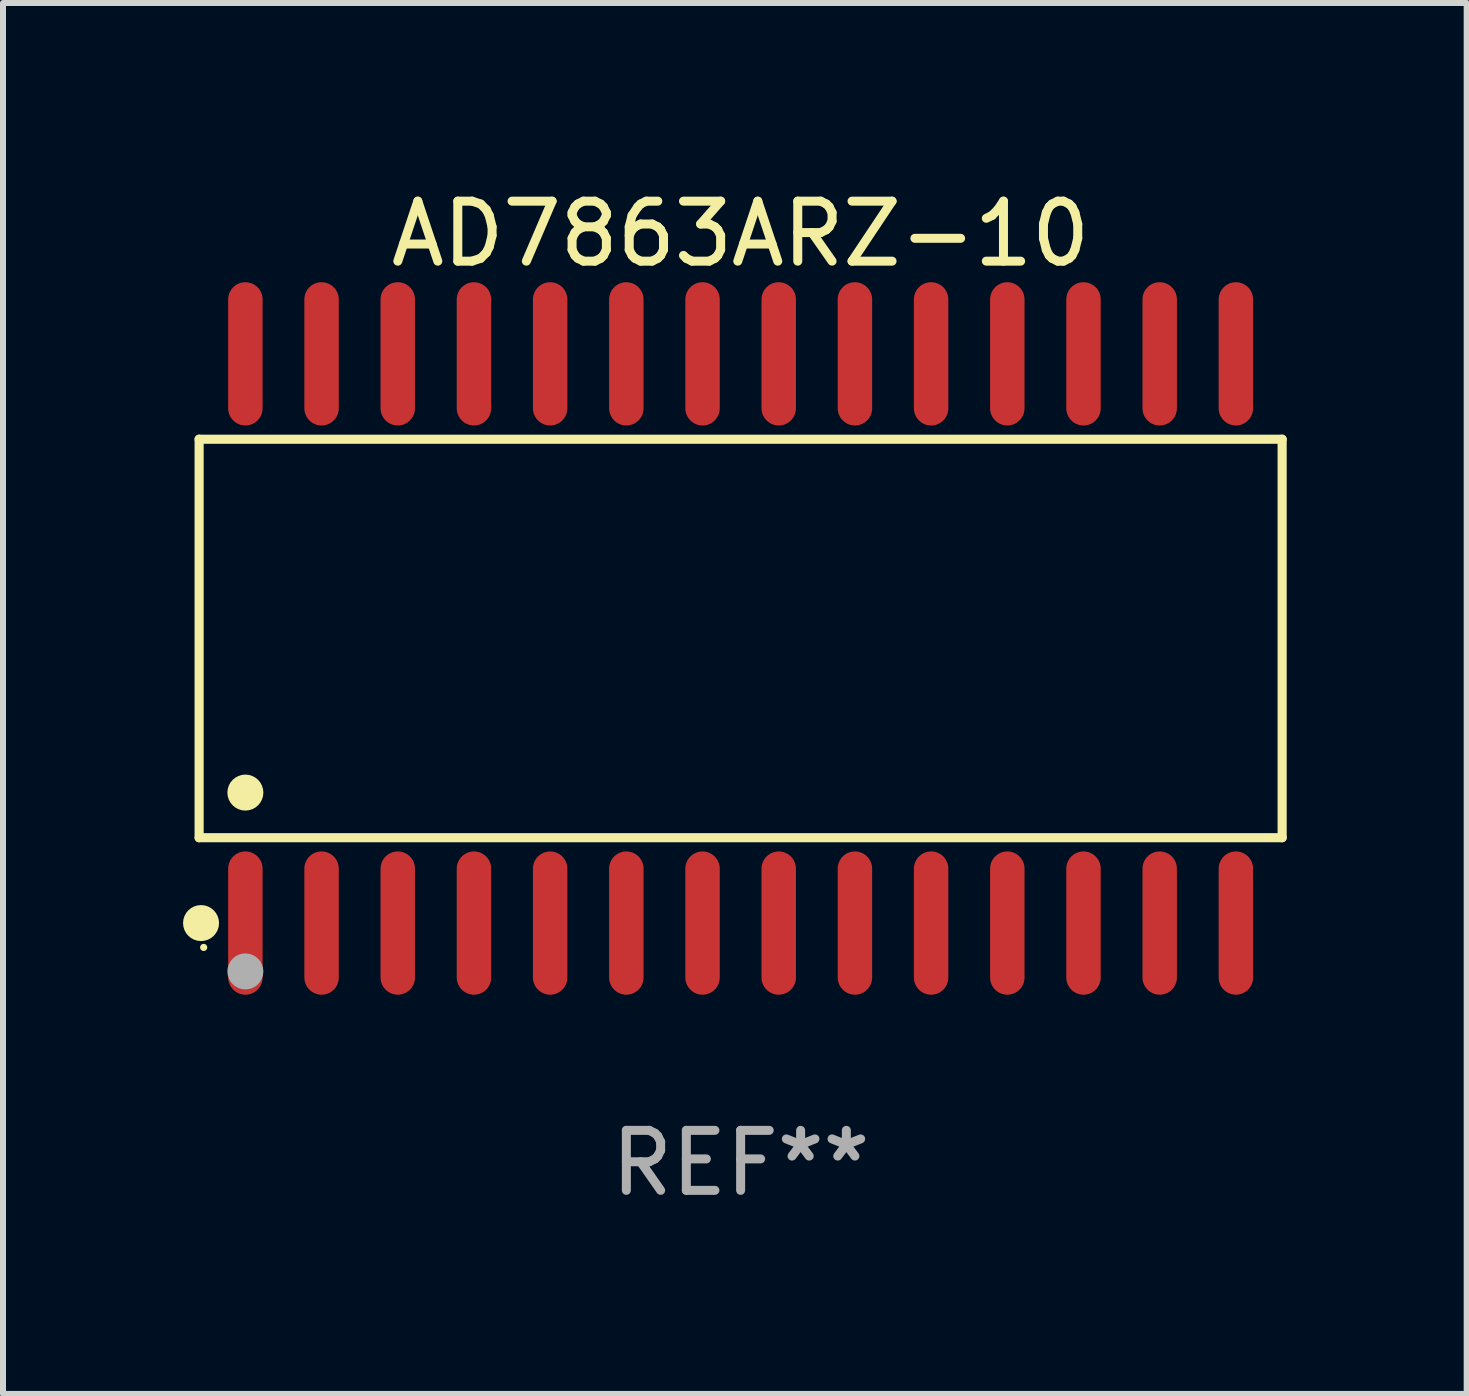
<source format=kicad_pcb>
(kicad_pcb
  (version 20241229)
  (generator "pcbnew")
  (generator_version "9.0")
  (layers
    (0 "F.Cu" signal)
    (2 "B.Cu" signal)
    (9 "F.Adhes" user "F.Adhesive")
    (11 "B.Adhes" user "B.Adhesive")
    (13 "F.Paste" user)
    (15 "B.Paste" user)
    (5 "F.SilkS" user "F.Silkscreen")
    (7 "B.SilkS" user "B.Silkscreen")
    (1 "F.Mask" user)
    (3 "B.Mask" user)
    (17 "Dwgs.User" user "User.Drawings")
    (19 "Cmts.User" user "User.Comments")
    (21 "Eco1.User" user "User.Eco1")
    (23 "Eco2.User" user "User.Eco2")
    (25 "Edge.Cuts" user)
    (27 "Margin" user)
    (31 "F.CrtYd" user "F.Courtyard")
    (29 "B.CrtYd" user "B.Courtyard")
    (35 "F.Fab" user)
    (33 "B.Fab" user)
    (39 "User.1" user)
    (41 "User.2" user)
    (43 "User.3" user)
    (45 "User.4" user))
  (footprint "AD7863ARZ-10"
    (layer "F.Cu")
    (at 9.295 7.592)
    (property "Reference" "AD7863ARZ-10" (at 0 -6.744 0) (layer "F.SilkS") (effects (font (size 1 1) (thickness 0.15))))
    (attr through_hole)
    (fp_line (start -9.026 -3.321) (end 9.026 -3.321) (stroke (width 0.152) (type solid)) (layer "F.SilkS"))
    (fp_line (start -9.026 3.321) (end -9.026 -3.321) (stroke (width 0.152) (type solid)) (layer "F.SilkS"))
    (fp_line (start 9.026 -3.321) (end 9.026 3.321) (stroke (width 0.152) (type solid)) (layer "F.SilkS"))
    (fp_line (start 9.026 3.321) (end -9.026 3.321) (stroke (width 0.152) (type solid)) (layer "F.SilkS"))
    (fp_circle (center -8.994 4.744) (end -8.844 4.744) (stroke (width 0.3) (type solid)) (fill no) (layer "F.SilkS"))
    (fp_circle (center -8.95 5.15) (end -8.92 5.15) (stroke (width 0.06) (type solid)) (fill no) (layer "F.SilkS"))
    (fp_circle (center -8.255 2.569) (end -8.105 2.569) (stroke (width 0.3) (type solid)) (fill no) (layer "F.SilkS"))
    (fp_circle (center -8.255 5.55) (end -8.105 5.55) (stroke (width 0.3) (type solid)) (fill no) (layer "F.Fab"))
    (fp_text user "REF**" (at 0 8.744 0) (layer "F.Fab") (effects (font (size 1 1) (thickness 0.15))))
    (pad "1" smd oval (at -8.255 4.744) (size 0.574 2.388) (layers "F.Cu" "F.Mask" "F.Paste"))
    (pad "2" smd oval (at -6.985 4.744) (size 0.574 2.388) (layers "F.Cu" "F.Mask" "F.Paste"))
    (pad "3" smd oval (at -5.715 4.744) (size 0.574 2.388) (layers "F.Cu" "F.Mask" "F.Paste"))
    (pad "4" smd oval (at -4.445 4.744) (size 0.574 2.388) (layers "F.Cu" "F.Mask" "F.Paste"))
    (pad "5" smd oval (at -3.175 4.744) (size 0.574 2.388) (layers "F.Cu" "F.Mask" "F.Paste"))
    (pad "6" smd oval (at -1.905 4.744) (size 0.574 2.388) (layers "F.Cu" "F.Mask" "F.Paste"))
    (pad "7" smd oval (at -0.635 4.744) (size 0.574 2.388) (layers "F.Cu" "F.Mask" "F.Paste"))
    (pad "8" smd oval (at 0.635 4.744) (size 0.574 2.388) (layers "F.Cu" "F.Mask" "F.Paste"))
    (pad "9" smd oval (at 1.905 4.744) (size 0.574 2.388) (layers "F.Cu" "F.Mask" "F.Paste"))
    (pad "10" smd oval (at 3.175 4.744) (size 0.574 2.388) (layers "F.Cu" "F.Mask" "F.Paste"))
    (pad "11" smd oval (at 4.445 4.744) (size 0.574 2.388) (layers "F.Cu" "F.Mask" "F.Paste"))
    (pad "12" smd oval (at 5.715 4.744) (size 0.574 2.388) (layers "F.Cu" "F.Mask" "F.Paste"))
    (pad "13" smd oval (at 6.985 4.744) (size 0.574 2.388) (layers "F.Cu" "F.Mask" "F.Paste"))
    (pad "14" smd oval (at 8.255 4.744) (size 0.574 2.388) (layers "F.Cu" "F.Mask" "F.Paste"))
    (pad "15" smd oval (at 8.255 -4.744) (size 0.574 2.388) (layers "F.Cu" "F.Mask" "F.Paste"))
    (pad "16" smd oval (at 6.985 -4.744) (size 0.574 2.388) (layers "F.Cu" "F.Mask" "F.Paste"))
    (pad "17" smd oval (at 5.715 -4.744) (size 0.574 2.388) (layers "F.Cu" "F.Mask" "F.Paste"))
    (pad "18" smd oval (at 4.445 -4.744) (size 0.574 2.388) (layers "F.Cu" "F.Mask" "F.Paste"))
    (pad "19" smd oval (at 3.175 -4.744) (size 0.574 2.388) (layers "F.Cu" "F.Mask" "F.Paste"))
    (pad "20" smd oval (at 1.905 -4.744) (size 0.574 2.388) (layers "F.Cu" "F.Mask" "F.Paste"))
    (pad "21" smd oval (at 0.635 -4.744) (size 0.574 2.388) (layers "F.Cu" "F.Mask" "F.Paste"))
    (pad "22" smd oval (at -0.635 -4.744) (size 0.574 2.388) (layers "F.Cu" "F.Mask" "F.Paste"))
    (pad "23" smd oval (at -1.905 -4.744) (size 0.574 2.388) (layers "F.Cu" "F.Mask" "F.Paste"))
    (pad "24" smd oval (at -3.175 -4.744) (size 0.574 2.388) (layers "F.Cu" "F.Mask" "F.Paste"))
    (pad "25" smd oval (at -4.445 -4.744) (size 0.574 2.388) (layers "F.Cu" "F.Mask" "F.Paste"))
    (pad "26" smd oval (at -5.715 -4.744) (size 0.574 2.388) (layers "F.Cu" "F.Mask" "F.Paste"))
    (pad "27" smd oval (at -6.985 -4.744) (size 0.574 2.388) (layers "F.Cu" "F.Mask" "F.Paste"))
    (pad "28" smd oval (at -8.255 -4.744) (size 0.574 2.388) (layers "F.Cu" "F.Mask" "F.Paste")))
  (gr_rect
    (start -3 -3)
    (end 21.397 20.184)
    (stroke (width 0.1) (type default))
    (fill no)
    (layer "Edge.Cuts")))
</source>
